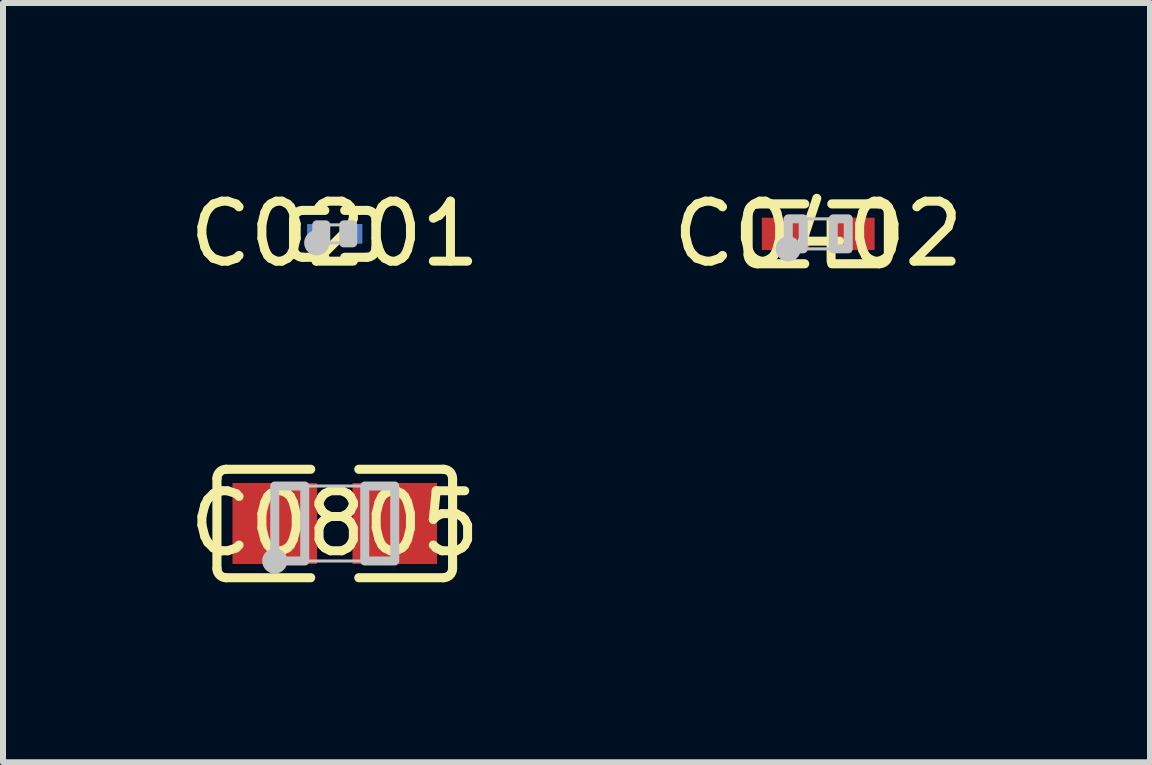
<source format=kicad_pcb>
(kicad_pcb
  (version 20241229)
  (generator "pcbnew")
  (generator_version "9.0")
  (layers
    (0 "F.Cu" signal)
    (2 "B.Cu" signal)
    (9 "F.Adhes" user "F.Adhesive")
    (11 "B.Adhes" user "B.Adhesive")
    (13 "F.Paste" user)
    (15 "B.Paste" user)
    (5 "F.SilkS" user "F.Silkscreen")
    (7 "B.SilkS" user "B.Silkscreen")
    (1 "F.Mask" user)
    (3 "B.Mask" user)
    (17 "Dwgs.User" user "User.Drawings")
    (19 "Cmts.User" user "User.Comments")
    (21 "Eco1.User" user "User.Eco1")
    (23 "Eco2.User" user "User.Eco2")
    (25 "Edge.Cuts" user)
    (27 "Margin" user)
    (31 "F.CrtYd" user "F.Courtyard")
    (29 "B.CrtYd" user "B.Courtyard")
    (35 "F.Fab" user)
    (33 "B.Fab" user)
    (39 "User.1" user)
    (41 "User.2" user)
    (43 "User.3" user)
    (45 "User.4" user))
  (footprint "C0201"
    (layer "F.Cu")
    (at 2.53 0.848)
    (property "Reference" "C0201" (at 0 0 0) (layer "F.SilkS") (effects (font (size 1 1) (thickness 0.15))))
    (fp_line (start -0.687 0.238) (end -0.687 -0.238) (stroke (width 0.152) (type solid)) (layer "F.SilkS"))
    (fp_line (start -0.535 -0.391) (end -0.166 -0.391) (stroke (width 0.152) (type solid)) (layer "F.SilkS"))
    (fp_line (start -0.166 0.391) (end -0.535 0.391) (stroke (width 0.152) (type solid)) (layer "F.SilkS"))
    (fp_line (start 0.166 0.391) (end 0.535 0.391) (stroke (width 0.152) (type solid)) (layer "F.SilkS"))
    (fp_line (start 0.535 -0.391) (end 0.166 -0.391) (stroke (width 0.152) (type solid)) (layer "F.SilkS"))
    (fp_line (start 0.687 0.238) (end 0.687 -0.238) (stroke (width 0.152) (type solid)) (layer "F.SilkS"))
    (fp_arc (start -0.687 -0.2382) (mid -0.6424 -0.346) (end -0.5346 -0.3906) (stroke (width 0.1524) (type solid)) (layer "F.SilkS"))
    (fp_arc (start -0.5346 0.3906) (mid -0.6424 0.346) (end -0.687 0.2382) (stroke (width 0.1524) (type solid)) (layer "F.SilkS"))
    (fp_arc (start 0.5346 -0.3906) (mid 0.642401 -0.346001) (end 0.687 -0.2382) (stroke (width 0.1524) (type solid)) (layer "F.SilkS"))
    (fp_arc (start 0.687 0.2382) (mid 0.642401 0.346001) (end 0.5346 0.3906) (stroke (width 0.1524) (type solid)) (layer "F.SilkS"))
    (fp_poly (pts (xy -0.081 0.138) (xy -0.081 -0.138) (xy -0.105 -0.162) (xy -0.434 -0.162) (xy -0.458 -0.138) (xy -0.458 0.138) (xy -0.434 0.162) (xy -0.105 0.162) (xy -0.081 0.138)) (stroke (width 0.15) (type solid)) (fill yes) (layer "F.Paste"))
    (fp_poly (pts (xy 0.081 0.138) (xy 0.081 -0.138) (xy 0.105 -0.162) (xy 0.434 -0.162) (xy 0.458 -0.138) (xy 0.458 0.138) (xy 0.434 0.162) (xy 0.105 0.162) (xy 0.081 0.138)) (stroke (width 0.15) (type solid)) (fill yes) (layer "F.Paste"))
    (fp_line (start -0.3 -0.15) (end 0.3 -0.15) (stroke (width 0.051) (type solid)) (layer "Dwgs.User"))
    (fp_line (start -0.3 0.15) (end -0.3 -0.15) (stroke (width 0.051) (type solid)) (layer "Dwgs.User"))
    (fp_line (start 0.3 -0.15) (end 0.3 0.15) (stroke (width 0.051) (type solid)) (layer "Dwgs.User"))
    (fp_line (start 0.3 0.15) (end -0.3 0.15) (stroke (width 0.051) (type solid)) (layer "Dwgs.User"))
    (fp_circle (center -0.3 0.15) (end -0.24 0.15) (stroke (width 0.15) (type solid)) (fill no) (layer "Dwgs.User"))
    (fp_poly (pts (xy -0.3 0.15) (xy -0.3 -0.15) (xy -0.15 -0.15) (xy -0.15 0.15) (xy -0.3 0.15)) (stroke (width 0.15) (type solid)) (fill no) (layer "Dwgs.User"))
    (fp_poly (pts (xy 0.3 0.15) (xy 0.3 -0.15) (xy 0.15 -0.15) (xy 0.15 0.15) (xy 0.3 0.15)) (stroke (width 0.15) (type solid)) (fill no) (layer "Dwgs.User"))
    (pad "1" thru_hole rect (at -0.274 0) (size 0.368 0.324) (layers "F.Cu" "F.Mask"))
    (pad "2" thru_hole rect (at 0.274 0) (size 0.368 0.324) (layers "F.Cu" "F.Mask")))
  (footprint "C0805"
    (layer "F.Cu")
    (at 2.53 5.676)
    (property "Reference" "C0805" (at 0 0 0) (layer "F.SilkS") (effects (font (size 1 1) (thickness 0.15))))
    (fp_line (start -1.964 0.751) (end -1.964 -0.751) (stroke (width 0.152) (type solid)) (layer "F.SilkS"))
    (fp_line (start -1.811 -0.904) (end -0.401 -0.904) (stroke (width 0.152) (type solid)) (layer "F.SilkS"))
    (fp_line (start -0.401 0.904) (end -1.811 0.904) (stroke (width 0.152) (type solid)) (layer "F.SilkS"))
    (fp_line (start 0.401 0.904) (end 1.811 0.904) (stroke (width 0.152) (type solid)) (layer "F.SilkS"))
    (fp_line (start 1.811 -0.904) (end 0.401 -0.904) (stroke (width 0.152) (type solid)) (layer "F.SilkS"))
    (fp_line (start 1.964 0.751) (end 1.964 -0.751) (stroke (width 0.152) (type solid)) (layer "F.SilkS"))
    (fp_arc (start -1.9636 -0.7512) (mid -1.919 -0.859) (end -1.8112 -0.9036) (stroke (width 0.1524) (type solid)) (layer "F.SilkS"))
    (fp_arc (start -1.8112 0.9036) (mid -1.919 0.859) (end -1.9636 0.7512) (stroke (width 0.1524) (type solid)) (layer "F.SilkS"))
    (fp_arc (start 1.8112 -0.9036) (mid 1.919001 -0.859001) (end 1.9636 -0.7512) (stroke (width 0.1524) (type solid)) (layer "F.SilkS"))
    (fp_arc (start 1.9636 0.7512) (mid 1.918992 0.858992) (end 1.8112 0.9036) (stroke (width 0.1524) (type solid)) (layer "F.SilkS"))
    (fp_poly (pts (xy -1.705 0.64) (xy -1.705 -0.64) (xy -1.655 -0.69) (xy -0.505 -0.69) (xy -0.455 -0.64) (xy -0.45 -0.23) (xy -0.9 -0.23) (xy -0.9 0.22) (xy -0.46 0.22) (xy -0.455 0.64) (xy -0.505 0.69) (xy -1.655 0.69) (xy -1.705 0.64)) (stroke (width 0.15) (type solid)) (fill yes) (layer "F.Paste"))
    (fp_poly (pts (xy 1.705 -0.64) (xy 1.705 0.64) (xy 1.655 0.69) (xy 0.505 0.69) (xy 0.455 0.64) (xy 0.45 0.23) (xy 0.9 0.23) (xy 0.9 -0.22) (xy 0.46 -0.22) (xy 0.455 -0.64) (xy 0.505 -0.69) (xy 1.655 -0.69) (xy 1.705 -0.64)) (stroke (width 0.15) (type solid)) (fill yes) (layer "F.Paste"))
    (fp_line (start -1 -0.625) (end 1 -0.625) (stroke (width 0.051) (type solid)) (layer "Dwgs.User"))
    (fp_line (start -1 0.625) (end -1 -0.625) (stroke (width 0.051) (type solid)) (layer "Dwgs.User"))
    (fp_line (start 1 -0.625) (end 1 0.625) (stroke (width 0.051) (type solid)) (layer "Dwgs.User"))
    (fp_line (start 1 0.625) (end -1 0.625) (stroke (width 0.051) (type solid)) (layer "Dwgs.User"))
    (fp_circle (center -1 0.625) (end -0.94 0.625) (stroke (width 0.15) (type solid)) (fill no) (layer "Dwgs.User"))
    (fp_poly (pts (xy -1 0.625) (xy -1 -0.625) (xy -0.5 -0.625) (xy -0.5 0.625) (xy -1 0.625)) (stroke (width 0.15) (type solid)) (fill no) (layer "Dwgs.User"))
    (fp_poly (pts (xy 1 -0.625) (xy 1 0.625) (xy 0.5 0.625) (xy 0.5 -0.625) (xy 1 -0.625)) (stroke (width 0.15) (type solid)) (fill no) (layer "Dwgs.User"))
    (pad "1" smd rect (at -1 0) (size 1.41 1.35) (layers "F.Cu" "F.Mask"))
    (pad "2" smd rect (at 1 0) (size 1.41 1.35) (layers "F.Cu" "F.Mask")))
  (footprint "C0402"
    (layer "F.Cu")
    (at 10.589 0.848)
    (property "Reference" "C0402" (at 0 0 0) (layer "F.SilkS") (effects (font (size 1 1) (thickness 0.15))))
    (fp_line (start -1.169 0.346) (end -1.169 -0.346) (stroke (width 0.152) (type solid)) (layer "F.SilkS"))
    (fp_line (start -1.016 -0.499) (end -0.226 -0.499) (stroke (width 0.152) (type solid)) (layer "F.SilkS"))
    (fp_line (start -0.226 0.499) (end -1.016 0.499) (stroke (width 0.152) (type solid)) (layer "F.SilkS"))
    (fp_line (start 0.226 0.499) (end 1.016 0.499) (stroke (width 0.152) (type solid)) (layer "F.SilkS"))
    (fp_line (start 1.016 -0.499) (end 0.226 -0.499) (stroke (width 0.152) (type solid)) (layer "F.SilkS"))
    (fp_line (start 1.169 0.346) (end 1.169 -0.346) (stroke (width 0.152) (type solid)) (layer "F.SilkS"))
    (fp_arc (start -1.1687 -0.3462) (mid -1.1241 -0.454) (end -1.0163 -0.4986) (stroke (width 0.1524) (type solid)) (layer "F.SilkS"))
    (fp_arc (start -1.0163 0.4986) (mid -1.1241 0.454) (end -1.1687 0.3462) (stroke (width 0.1524) (type solid)) (layer "F.SilkS"))
    (fp_arc (start 1.0163 -0.4986) (mid 1.124101 -0.454001) (end 1.1687 -0.3462) (stroke (width 0.1524) (type solid)) (layer "F.SilkS"))
    (fp_arc (start 1.1687 0.3462) (mid 1.124101 0.454001) (end 1.0163 0.4986) (stroke (width 0.1524) (type solid)) (layer "F.SilkS"))
    (fp_poly (pts (xy -0.18 -0.225) (xy -0.18 0.225) (xy -0.25 0.275) (xy -0.73 0.275) (xy -0.78 0.225) (xy -0.78 -0.225) (xy -0.73 -0.275) (xy -0.25 -0.275) (xy -0.18 -0.225)) (stroke (width 0.15) (type solid)) (fill yes) (layer "F.Paste"))
    (fp_poly (pts (xy 0.78 -0.225) (xy 0.78 0.225) (xy 0.73 0.275) (xy 0.25 0.275) (xy 0.18 0.225) (xy 0.18 -0.225) (xy 0.25 -0.275) (xy 0.73 -0.275) (xy 0.78 -0.225)) (stroke (width 0.15) (type solid)) (fill yes) (layer "F.Paste"))
    (fp_line (start -0.5 -0.25) (end 0.5 -0.25) (stroke (width 0.051) (type solid)) (layer "Dwgs.User"))
    (fp_line (start -0.5 0.25) (end -0.5 -0.25) (stroke (width 0.051) (type solid)) (layer "Dwgs.User"))
    (fp_line (start 0.5 -0.25) (end 0.5 0.25) (stroke (width 0.051) (type solid)) (layer "Dwgs.User"))
    (fp_line (start 0.5 0.25) (end -0.5 0.25) (stroke (width 0.051) (type solid)) (layer "Dwgs.User"))
    (fp_circle (center -0.5 0.25) (end -0.44 0.25) (stroke (width 0.15) (type solid)) (fill no) (layer "Dwgs.User"))
    (fp_poly (pts (xy -0.5 0.25) (xy -0.5 -0.25) (xy -0.25 -0.25) (xy -0.25 0.25) (xy -0.5 0.25)) (stroke (width 0.15) (type solid)) (fill no) (layer "Dwgs.User"))
    (fp_poly (pts (xy 0.5 0.25) (xy 0.5 -0.25) (xy 0.25 -0.25) (xy 0.25 0.25) (xy 0.5 0.25)) (stroke (width 0.15) (type solid)) (fill no) (layer "Dwgs.User"))
    (pad "1" smd rect (at -0.545 0) (size 0.79 0.54) (layers "F.Cu" "F.Mask"))
    (pad "2" smd rect (at 0.545 0) (size 0.79 0.54) (layers "F.Cu" "F.Mask")))
  (gr_rect
    (start -3 -3)
    (end 16.119 9.656)
    (stroke (width 0.1) (type default))
    (fill no)
    (layer "Edge.Cuts")))
</source>
